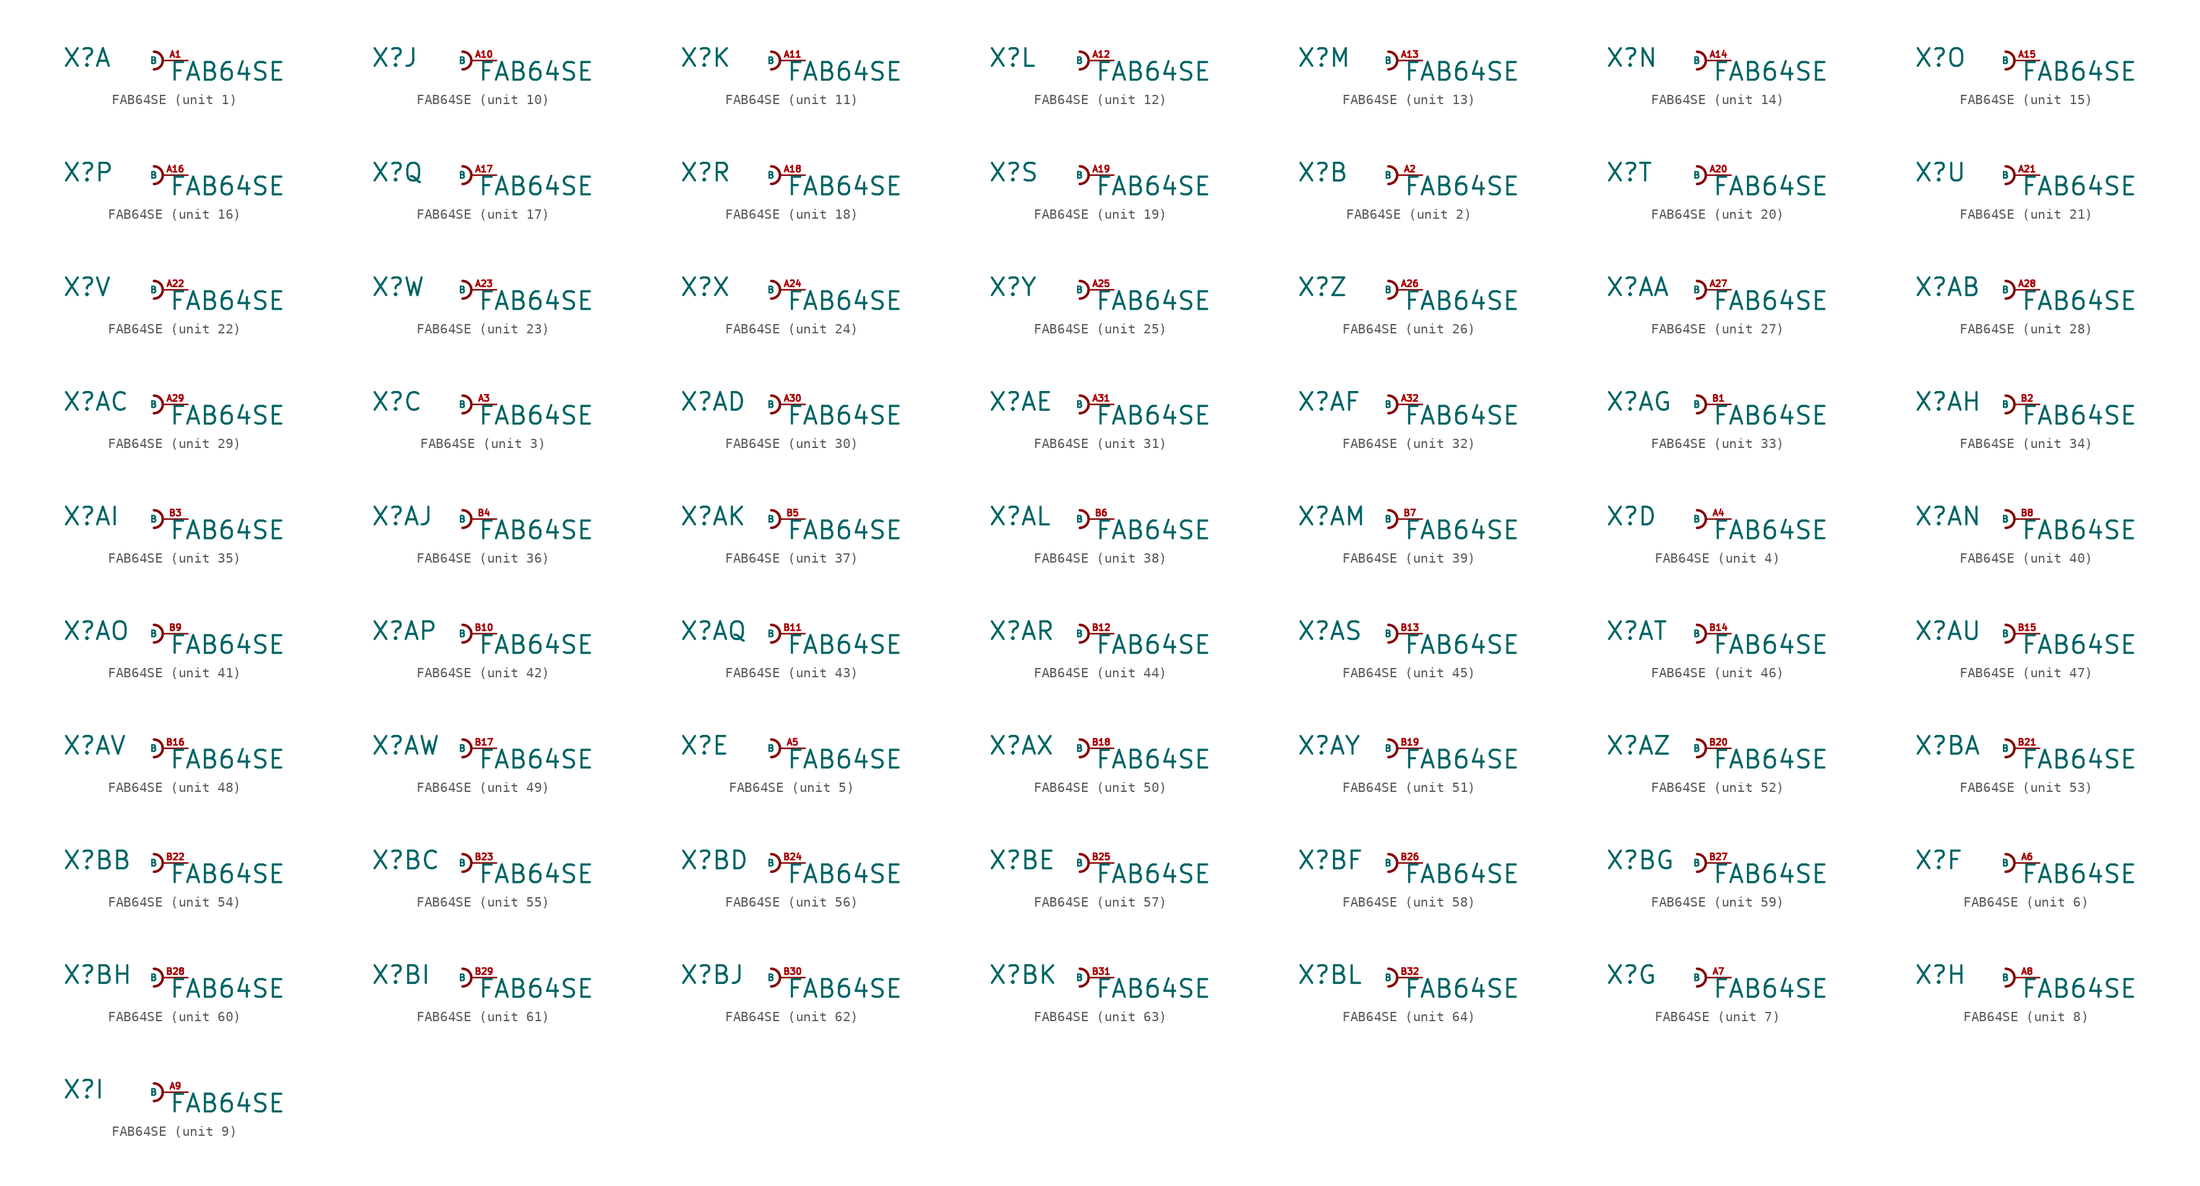
<source format=kicad_sym>
(kicad_symbol_lib
  (version 20220914)
  (generator Eagle2Kicad)
  (symbol "FAB64SE"
    (property "Reference" "X"
      (at -10.16 -0.762 0)
      (effects (font (size 1.778 1.778) (thickness 0.22)) (justify left bottom)))
    (property "Value" "FAB64SE"
      (at 0.635 -2.159 0)
      (effects (font (size 1.778 1.778) (thickness 0.22)) (justify left bottom)))
    (symbol "FAB64SE_1_0"
      (arc (start -0.889 -0.889) (mid 0.000 0.000) (end -0.889 0.889) (stroke (width 0.254) (type default)) (fill (type none)))
      (pin passive line (at 2.54 0 180) (length 2.54) (name "B" (effects (font (size 0.635 0.635) (thickness 0.08)) (justify left bottom))) (number "A1" (effects (font (size 0.635 0.635) (thickness 0.08)) (justify left bottom)))))
    (symbol "FAB64SE_2_0"
      (arc (start -0.889 -0.889) (mid 0.000 0.000) (end -0.889 0.889) (stroke (width 0.254) (type default)) (fill (type none)))
      (pin passive line (at 2.54 0 180) (length 2.54) (name "B" (effects (font (size 0.635 0.635) (thickness 0.08)) (justify left bottom))) (number "A2" (effects (font (size 0.635 0.635) (thickness 0.08)) (justify left bottom)))))
    (symbol "FAB64SE_3_0"
      (arc (start -0.889 -0.889) (mid 0.000 0.000) (end -0.889 0.889) (stroke (width 0.254) (type default)) (fill (type none)))
      (pin passive line (at 2.54 0 180) (length 2.54) (name "B" (effects (font (size 0.635 0.635) (thickness 0.08)) (justify left bottom))) (number "A3" (effects (font (size 0.635 0.635) (thickness 0.08)) (justify left bottom)))))
    (symbol "FAB64SE_4_0"
      (arc (start -0.889 -0.889) (mid 0.000 0.000) (end -0.889 0.889) (stroke (width 0.254) (type default)) (fill (type none)))
      (pin passive line (at 2.54 0 180) (length 2.54) (name "B" (effects (font (size 0.635 0.635) (thickness 0.08)) (justify left bottom))) (number "A4" (effects (font (size 0.635 0.635) (thickness 0.08)) (justify left bottom)))))
    (symbol "FAB64SE_5_0"
      (arc (start -0.889 -0.889) (mid 0.000 0.000) (end -0.889 0.889) (stroke (width 0.254) (type default)) (fill (type none)))
      (pin passive line (at 2.54 0 180) (length 2.54) (name "B" (effects (font (size 0.635 0.635) (thickness 0.08)) (justify left bottom))) (number "A5" (effects (font (size 0.635 0.635) (thickness 0.08)) (justify left bottom)))))
    (symbol "FAB64SE_6_0"
      (arc (start -0.889 -0.889) (mid 0.000 0.000) (end -0.889 0.889) (stroke (width 0.254) (type default)) (fill (type none)))
      (pin passive line (at 2.54 0 180) (length 2.54) (name "B" (effects (font (size 0.635 0.635) (thickness 0.08)) (justify left bottom))) (number "A6" (effects (font (size 0.635 0.635) (thickness 0.08)) (justify left bottom)))))
    (symbol "FAB64SE_7_0"
      (arc (start -0.889 -0.889) (mid 0.000 0.000) (end -0.889 0.889) (stroke (width 0.254) (type default)) (fill (type none)))
      (pin passive line (at 2.54 0 180) (length 2.54) (name "B" (effects (font (size 0.635 0.635) (thickness 0.08)) (justify left bottom))) (number "A7" (effects (font (size 0.635 0.635) (thickness 0.08)) (justify left bottom)))))
    (symbol "FAB64SE_8_0"
      (arc (start -0.889 -0.889) (mid 0.000 0.000) (end -0.889 0.889) (stroke (width 0.254) (type default)) (fill (type none)))
      (pin passive line (at 2.54 0 180) (length 2.54) (name "B" (effects (font (size 0.635 0.635) (thickness 0.08)) (justify left bottom))) (number "A8" (effects (font (size 0.635 0.635) (thickness 0.08)) (justify left bottom)))))
    (symbol "FAB64SE_9_0"
      (arc (start -0.889 -0.889) (mid 0.000 0.000) (end -0.889 0.889) (stroke (width 0.254) (type default)) (fill (type none)))
      (pin passive line (at 2.54 0 180) (length 2.54) (name "B" (effects (font (size 0.635 0.635) (thickness 0.08)) (justify left bottom))) (number "A9" (effects (font (size 0.635 0.635) (thickness 0.08)) (justify left bottom)))))
    (symbol "FAB64SE_10_0"
      (arc (start -0.889 -0.889) (mid 0.000 0.000) (end -0.889 0.889) (stroke (width 0.254) (type default)) (fill (type none)))
      (pin passive line (at 2.54 0 180) (length 2.54) (name "B" (effects (font (size 0.635 0.635) (thickness 0.08)) (justify left bottom))) (number "A10" (effects (font (size 0.635 0.635) (thickness 0.08)) (justify left bottom)))))
    (symbol "FAB64SE_11_0"
      (arc (start -0.889 -0.889) (mid 0.000 0.000) (end -0.889 0.889) (stroke (width 0.254) (type default)) (fill (type none)))
      (pin passive line (at 2.54 0 180) (length 2.54) (name "B" (effects (font (size 0.635 0.635) (thickness 0.08)) (justify left bottom))) (number "A11" (effects (font (size 0.635 0.635) (thickness 0.08)) (justify left bottom)))))
    (symbol "FAB64SE_12_0"
      (arc (start -0.889 -0.889) (mid 0.000 0.000) (end -0.889 0.889) (stroke (width 0.254) (type default)) (fill (type none)))
      (pin passive line (at 2.54 0 180) (length 2.54) (name "B" (effects (font (size 0.635 0.635) (thickness 0.08)) (justify left bottom))) (number "A12" (effects (font (size 0.635 0.635) (thickness 0.08)) (justify left bottom)))))
    (symbol "FAB64SE_13_0"
      (arc (start -0.889 -0.889) (mid 0.000 0.000) (end -0.889 0.889) (stroke (width 0.254) (type default)) (fill (type none)))
      (pin passive line (at 2.54 0 180) (length 2.54) (name "B" (effects (font (size 0.635 0.635) (thickness 0.08)) (justify left bottom))) (number "A13" (effects (font (size 0.635 0.635) (thickness 0.08)) (justify left bottom)))))
    (symbol "FAB64SE_14_0"
      (arc (start -0.889 -0.889) (mid 0.000 0.000) (end -0.889 0.889) (stroke (width 0.254) (type default)) (fill (type none)))
      (pin passive line (at 2.54 0 180) (length 2.54) (name "B" (effects (font (size 0.635 0.635) (thickness 0.08)) (justify left bottom))) (number "A14" (effects (font (size 0.635 0.635) (thickness 0.08)) (justify left bottom)))))
    (symbol "FAB64SE_15_0"
      (arc (start -0.889 -0.889) (mid 0.000 0.000) (end -0.889 0.889) (stroke (width 0.254) (type default)) (fill (type none)))
      (pin passive line (at 2.54 0 180) (length 2.54) (name "B" (effects (font (size 0.635 0.635) (thickness 0.08)) (justify left bottom))) (number "A15" (effects (font (size 0.635 0.635) (thickness 0.08)) (justify left bottom)))))
    (symbol "FAB64SE_16_0"
      (arc (start -0.889 -0.889) (mid 0.000 0.000) (end -0.889 0.889) (stroke (width 0.254) (type default)) (fill (type none)))
      (pin passive line (at 2.54 0 180) (length 2.54) (name "B" (effects (font (size 0.635 0.635) (thickness 0.08)) (justify left bottom))) (number "A16" (effects (font (size 0.635 0.635) (thickness 0.08)) (justify left bottom)))))
    (symbol "FAB64SE_17_0"
      (arc (start -0.889 -0.889) (mid 0.000 0.000) (end -0.889 0.889) (stroke (width 0.254) (type default)) (fill (type none)))
      (pin passive line (at 2.54 0 180) (length 2.54) (name "B" (effects (font (size 0.635 0.635) (thickness 0.08)) (justify left bottom))) (number "A17" (effects (font (size 0.635 0.635) (thickness 0.08)) (justify left bottom)))))
    (symbol "FAB64SE_18_0"
      (arc (start -0.889 -0.889) (mid 0.000 0.000) (end -0.889 0.889) (stroke (width 0.254) (type default)) (fill (type none)))
      (pin passive line (at 2.54 0 180) (length 2.54) (name "B" (effects (font (size 0.635 0.635) (thickness 0.08)) (justify left bottom))) (number "A18" (effects (font (size 0.635 0.635) (thickness 0.08)) (justify left bottom)))))
    (symbol "FAB64SE_19_0"
      (arc (start -0.889 -0.889) (mid 0.000 0.000) (end -0.889 0.889) (stroke (width 0.254) (type default)) (fill (type none)))
      (pin passive line (at 2.54 0 180) (length 2.54) (name "B" (effects (font (size 0.635 0.635) (thickness 0.08)) (justify left bottom))) (number "A19" (effects (font (size 0.635 0.635) (thickness 0.08)) (justify left bottom)))))
    (symbol "FAB64SE_20_0"
      (arc (start -0.889 -0.889) (mid 0.000 0.000) (end -0.889 0.889) (stroke (width 0.254) (type default)) (fill (type none)))
      (pin passive line (at 2.54 0 180) (length 2.54) (name "B" (effects (font (size 0.635 0.635) (thickness 0.08)) (justify left bottom))) (number "A20" (effects (font (size 0.635 0.635) (thickness 0.08)) (justify left bottom)))))
    (symbol "FAB64SE_21_0"
      (arc (start -0.889 -0.889) (mid 0.000 0.000) (end -0.889 0.889) (stroke (width 0.254) (type default)) (fill (type none)))
      (pin passive line (at 2.54 0 180) (length 2.54) (name "B" (effects (font (size 0.635 0.635) (thickness 0.08)) (justify left bottom))) (number "A21" (effects (font (size 0.635 0.635) (thickness 0.08)) (justify left bottom)))))
    (symbol "FAB64SE_22_0"
      (arc (start -0.889 -0.889) (mid 0.000 0.000) (end -0.889 0.889) (stroke (width 0.254) (type default)) (fill (type none)))
      (pin passive line (at 2.54 0 180) (length 2.54) (name "B" (effects (font (size 0.635 0.635) (thickness 0.08)) (justify left bottom))) (number "A22" (effects (font (size 0.635 0.635) (thickness 0.08)) (justify left bottom)))))
    (symbol "FAB64SE_23_0"
      (arc (start -0.889 -0.889) (mid 0.000 0.000) (end -0.889 0.889) (stroke (width 0.254) (type default)) (fill (type none)))
      (pin passive line (at 2.54 0 180) (length 2.54) (name "B" (effects (font (size 0.635 0.635) (thickness 0.08)) (justify left bottom))) (number "A23" (effects (font (size 0.635 0.635) (thickness 0.08)) (justify left bottom)))))
    (symbol "FAB64SE_24_0"
      (arc (start -0.889 -0.889) (mid 0.000 0.000) (end -0.889 0.889) (stroke (width 0.254) (type default)) (fill (type none)))
      (pin passive line (at 2.54 0 180) (length 2.54) (name "B" (effects (font (size 0.635 0.635) (thickness 0.08)) (justify left bottom))) (number "A24" (effects (font (size 0.635 0.635) (thickness 0.08)) (justify left bottom)))))
    (symbol "FAB64SE_25_0"
      (arc (start -0.889 -0.889) (mid 0.000 0.000) (end -0.889 0.889) (stroke (width 0.254) (type default)) (fill (type none)))
      (pin passive line (at 2.54 0 180) (length 2.54) (name "B" (effects (font (size 0.635 0.635) (thickness 0.08)) (justify left bottom))) (number "A25" (effects (font (size 0.635 0.635) (thickness 0.08)) (justify left bottom)))))
    (symbol "FAB64SE_26_0"
      (arc (start -0.889 -0.889) (mid 0.000 0.000) (end -0.889 0.889) (stroke (width 0.254) (type default)) (fill (type none)))
      (pin passive line (at 2.54 0 180) (length 2.54) (name "B" (effects (font (size 0.635 0.635) (thickness 0.08)) (justify left bottom))) (number "A26" (effects (font (size 0.635 0.635) (thickness 0.08)) (justify left bottom)))))
    (symbol "FAB64SE_27_0"
      (arc (start -0.889 -0.889) (mid 0.000 0.000) (end -0.889 0.889) (stroke (width 0.254) (type default)) (fill (type none)))
      (pin passive line (at 2.54 0 180) (length 2.54) (name "B" (effects (font (size 0.635 0.635) (thickness 0.08)) (justify left bottom))) (number "A27" (effects (font (size 0.635 0.635) (thickness 0.08)) (justify left bottom)))))
    (symbol "FAB64SE_28_0"
      (arc (start -0.889 -0.889) (mid 0.000 0.000) (end -0.889 0.889) (stroke (width 0.254) (type default)) (fill (type none)))
      (pin passive line (at 2.54 0 180) (length 2.54) (name "B" (effects (font (size 0.635 0.635) (thickness 0.08)) (justify left bottom))) (number "A28" (effects (font (size 0.635 0.635) (thickness 0.08)) (justify left bottom)))))
    (symbol "FAB64SE_29_0"
      (arc (start -0.889 -0.889) (mid 0.000 0.000) (end -0.889 0.889) (stroke (width 0.254) (type default)) (fill (type none)))
      (pin passive line (at 2.54 0 180) (length 2.54) (name "B" (effects (font (size 0.635 0.635) (thickness 0.08)) (justify left bottom))) (number "A29" (effects (font (size 0.635 0.635) (thickness 0.08)) (justify left bottom)))))
    (symbol "FAB64SE_30_0"
      (arc (start -0.889 -0.889) (mid 0.000 0.000) (end -0.889 0.889) (stroke (width 0.254) (type default)) (fill (type none)))
      (pin passive line (at 2.54 0 180) (length 2.54) (name "B" (effects (font (size 0.635 0.635) (thickness 0.08)) (justify left bottom))) (number "A30" (effects (font (size 0.635 0.635) (thickness 0.08)) (justify left bottom)))))
    (symbol "FAB64SE_31_0"
      (arc (start -0.889 -0.889) (mid 0.000 0.000) (end -0.889 0.889) (stroke (width 0.254) (type default)) (fill (type none)))
      (pin passive line (at 2.54 0 180) (length 2.54) (name "B" (effects (font (size 0.635 0.635) (thickness 0.08)) (justify left bottom))) (number "A31" (effects (font (size 0.635 0.635) (thickness 0.08)) (justify left bottom)))))
    (symbol "FAB64SE_32_0"
      (arc (start -0.889 -0.889) (mid 0.000 0.000) (end -0.889 0.889) (stroke (width 0.254) (type default)) (fill (type none)))
      (pin passive line (at 2.54 0 180) (length 2.54) (name "B" (effects (font (size 0.635 0.635) (thickness 0.08)) (justify left bottom))) (number "A32" (effects (font (size 0.635 0.635) (thickness 0.08)) (justify left bottom)))))
    (symbol "FAB64SE_33_0"
      (arc (start -0.889 -0.889) (mid 0.000 0.000) (end -0.889 0.889) (stroke (width 0.254) (type default)) (fill (type none)))
      (pin passive line (at 2.54 0 180) (length 2.54) (name "B" (effects (font (size 0.635 0.635) (thickness 0.08)) (justify left bottom))) (number "B1" (effects (font (size 0.635 0.635) (thickness 0.08)) (justify left bottom)))))
    (symbol "FAB64SE_34_0"
      (arc (start -0.889 -0.889) (mid 0.000 0.000) (end -0.889 0.889) (stroke (width 0.254) (type default)) (fill (type none)))
      (pin passive line (at 2.54 0 180) (length 2.54) (name "B" (effects (font (size 0.635 0.635) (thickness 0.08)) (justify left bottom))) (number "B2" (effects (font (size 0.635 0.635) (thickness 0.08)) (justify left bottom)))))
    (symbol "FAB64SE_35_0"
      (arc (start -0.889 -0.889) (mid 0.000 0.000) (end -0.889 0.889) (stroke (width 0.254) (type default)) (fill (type none)))
      (pin passive line (at 2.54 0 180) (length 2.54) (name "B" (effects (font (size 0.635 0.635) (thickness 0.08)) (justify left bottom))) (number "B3" (effects (font (size 0.635 0.635) (thickness 0.08)) (justify left bottom)))))
    (symbol "FAB64SE_36_0"
      (arc (start -0.889 -0.889) (mid 0.000 0.000) (end -0.889 0.889) (stroke (width 0.254) (type default)) (fill (type none)))
      (pin passive line (at 2.54 0 180) (length 2.54) (name "B" (effects (font (size 0.635 0.635) (thickness 0.08)) (justify left bottom))) (number "B4" (effects (font (size 0.635 0.635) (thickness 0.08)) (justify left bottom)))))
    (symbol "FAB64SE_37_0"
      (arc (start -0.889 -0.889) (mid 0.000 0.000) (end -0.889 0.889) (stroke (width 0.254) (type default)) (fill (type none)))
      (pin passive line (at 2.54 0 180) (length 2.54) (name "B" (effects (font (size 0.635 0.635) (thickness 0.08)) (justify left bottom))) (number "B5" (effects (font (size 0.635 0.635) (thickness 0.08)) (justify left bottom)))))
    (symbol "FAB64SE_38_0"
      (arc (start -0.889 -0.889) (mid 0.000 0.000) (end -0.889 0.889) (stroke (width 0.254) (type default)) (fill (type none)))
      (pin passive line (at 2.54 0 180) (length 2.54) (name "B" (effects (font (size 0.635 0.635) (thickness 0.08)) (justify left bottom))) (number "B6" (effects (font (size 0.635 0.635) (thickness 0.08)) (justify left bottom)))))
    (symbol "FAB64SE_39_0"
      (arc (start -0.889 -0.889) (mid 0.000 0.000) (end -0.889 0.889) (stroke (width 0.254) (type default)) (fill (type none)))
      (pin passive line (at 2.54 0 180) (length 2.54) (name "B" (effects (font (size 0.635 0.635) (thickness 0.08)) (justify left bottom))) (number "B7" (effects (font (size 0.635 0.635) (thickness 0.08)) (justify left bottom)))))
    (symbol "FAB64SE_40_0"
      (arc (start -0.889 -0.889) (mid 0.000 0.000) (end -0.889 0.889) (stroke (width 0.254) (type default)) (fill (type none)))
      (pin passive line (at 2.54 0 180) (length 2.54) (name "B" (effects (font (size 0.635 0.635) (thickness 0.08)) (justify left bottom))) (number "B8" (effects (font (size 0.635 0.635) (thickness 0.08)) (justify left bottom)))))
    (symbol "FAB64SE_41_0"
      (arc (start -0.889 -0.889) (mid 0.000 0.000) (end -0.889 0.889) (stroke (width 0.254) (type default)) (fill (type none)))
      (pin passive line (at 2.54 0 180) (length 2.54) (name "B" (effects (font (size 0.635 0.635) (thickness 0.08)) (justify left bottom))) (number "B9" (effects (font (size 0.635 0.635) (thickness 0.08)) (justify left bottom)))))
    (symbol "FAB64SE_42_0"
      (arc (start -0.889 -0.889) (mid 0.000 0.000) (end -0.889 0.889) (stroke (width 0.254) (type default)) (fill (type none)))
      (pin passive line (at 2.54 0 180) (length 2.54) (name "B" (effects (font (size 0.635 0.635) (thickness 0.08)) (justify left bottom))) (number "B10" (effects (font (size 0.635 0.635) (thickness 0.08)) (justify left bottom)))))
    (symbol "FAB64SE_43_0"
      (arc (start -0.889 -0.889) (mid 0.000 0.000) (end -0.889 0.889) (stroke (width 0.254) (type default)) (fill (type none)))
      (pin passive line (at 2.54 0 180) (length 2.54) (name "B" (effects (font (size 0.635 0.635) (thickness 0.08)) (justify left bottom))) (number "B11" (effects (font (size 0.635 0.635) (thickness 0.08)) (justify left bottom)))))
    (symbol "FAB64SE_44_0"
      (arc (start -0.889 -0.889) (mid 0.000 0.000) (end -0.889 0.889) (stroke (width 0.254) (type default)) (fill (type none)))
      (pin passive line (at 2.54 0 180) (length 2.54) (name "B" (effects (font (size 0.635 0.635) (thickness 0.08)) (justify left bottom))) (number "B12" (effects (font (size 0.635 0.635) (thickness 0.08)) (justify left bottom)))))
    (symbol "FAB64SE_45_0"
      (arc (start -0.889 -0.889) (mid 0.000 0.000) (end -0.889 0.889) (stroke (width 0.254) (type default)) (fill (type none)))
      (pin passive line (at 2.54 0 180) (length 2.54) (name "B" (effects (font (size 0.635 0.635) (thickness 0.08)) (justify left bottom))) (number "B13" (effects (font (size 0.635 0.635) (thickness 0.08)) (justify left bottom)))))
    (symbol "FAB64SE_46_0"
      (arc (start -0.889 -0.889) (mid 0.000 0.000) (end -0.889 0.889) (stroke (width 0.254) (type default)) (fill (type none)))
      (pin passive line (at 2.54 0 180) (length 2.54) (name "B" (effects (font (size 0.635 0.635) (thickness 0.08)) (justify left bottom))) (number "B14" (effects (font (size 0.635 0.635) (thickness 0.08)) (justify left bottom)))))
    (symbol "FAB64SE_47_0"
      (arc (start -0.889 -0.889) (mid 0.000 0.000) (end -0.889 0.889) (stroke (width 0.254) (type default)) (fill (type none)))
      (pin passive line (at 2.54 0 180) (length 2.54) (name "B" (effects (font (size 0.635 0.635) (thickness 0.08)) (justify left bottom))) (number "B15" (effects (font (size 0.635 0.635) (thickness 0.08)) (justify left bottom)))))
    (symbol "FAB64SE_48_0"
      (arc (start -0.889 -0.889) (mid 0.000 0.000) (end -0.889 0.889) (stroke (width 0.254) (type default)) (fill (type none)))
      (pin passive line (at 2.54 0 180) (length 2.54) (name "B" (effects (font (size 0.635 0.635) (thickness 0.08)) (justify left bottom))) (number "B16" (effects (font (size 0.635 0.635) (thickness 0.08)) (justify left bottom)))))
    (symbol "FAB64SE_49_0"
      (arc (start -0.889 -0.889) (mid 0.000 0.000) (end -0.889 0.889) (stroke (width 0.254) (type default)) (fill (type none)))
      (pin passive line (at 2.54 0 180) (length 2.54) (name "B" (effects (font (size 0.635 0.635) (thickness 0.08)) (justify left bottom))) (number "B17" (effects (font (size 0.635 0.635) (thickness 0.08)) (justify left bottom)))))
    (symbol "FAB64SE_50_0"
      (arc (start -0.889 -0.889) (mid 0.000 0.000) (end -0.889 0.889) (stroke (width 0.254) (type default)) (fill (type none)))
      (pin passive line (at 2.54 0 180) (length 2.54) (name "B" (effects (font (size 0.635 0.635) (thickness 0.08)) (justify left bottom))) (number "B18" (effects (font (size 0.635 0.635) (thickness 0.08)) (justify left bottom)))))
    (symbol "FAB64SE_51_0"
      (arc (start -0.889 -0.889) (mid 0.000 0.000) (end -0.889 0.889) (stroke (width 0.254) (type default)) (fill (type none)))
      (pin passive line (at 2.54 0 180) (length 2.54) (name "B" (effects (font (size 0.635 0.635) (thickness 0.08)) (justify left bottom))) (number "B19" (effects (font (size 0.635 0.635) (thickness 0.08)) (justify left bottom)))))
    (symbol "FAB64SE_52_0"
      (arc (start -0.889 -0.889) (mid 0.000 0.000) (end -0.889 0.889) (stroke (width 0.254) (type default)) (fill (type none)))
      (pin passive line (at 2.54 0 180) (length 2.54) (name "B" (effects (font (size 0.635 0.635) (thickness 0.08)) (justify left bottom))) (number "B20" (effects (font (size 0.635 0.635) (thickness 0.08)) (justify left bottom)))))
    (symbol "FAB64SE_53_0"
      (arc (start -0.889 -0.889) (mid 0.000 0.000) (end -0.889 0.889) (stroke (width 0.254) (type default)) (fill (type none)))
      (pin passive line (at 2.54 0 180) (length 2.54) (name "B" (effects (font (size 0.635 0.635) (thickness 0.08)) (justify left bottom))) (number "B21" (effects (font (size 0.635 0.635) (thickness 0.08)) (justify left bottom)))))
    (symbol "FAB64SE_54_0"
      (arc (start -0.889 -0.889) (mid 0.000 0.000) (end -0.889 0.889) (stroke (width 0.254) (type default)) (fill (type none)))
      (pin passive line (at 2.54 0 180) (length 2.54) (name "B" (effects (font (size 0.635 0.635) (thickness 0.08)) (justify left bottom))) (number "B22" (effects (font (size 0.635 0.635) (thickness 0.08)) (justify left bottom)))))
    (symbol "FAB64SE_55_0"
      (arc (start -0.889 -0.889) (mid 0.000 0.000) (end -0.889 0.889) (stroke (width 0.254) (type default)) (fill (type none)))
      (pin passive line (at 2.54 0 180) (length 2.54) (name "B" (effects (font (size 0.635 0.635) (thickness 0.08)) (justify left bottom))) (number "B23" (effects (font (size 0.635 0.635) (thickness 0.08)) (justify left bottom)))))
    (symbol "FAB64SE_56_0"
      (arc (start -0.889 -0.889) (mid 0.000 0.000) (end -0.889 0.889) (stroke (width 0.254) (type default)) (fill (type none)))
      (pin passive line (at 2.54 0 180) (length 2.54) (name "B" (effects (font (size 0.635 0.635) (thickness 0.08)) (justify left bottom))) (number "B24" (effects (font (size 0.635 0.635) (thickness 0.08)) (justify left bottom)))))
    (symbol "FAB64SE_57_0"
      (arc (start -0.889 -0.889) (mid 0.000 0.000) (end -0.889 0.889) (stroke (width 0.254) (type default)) (fill (type none)))
      (pin passive line (at 2.54 0 180) (length 2.54) (name "B" (effects (font (size 0.635 0.635) (thickness 0.08)) (justify left bottom))) (number "B25" (effects (font (size 0.635 0.635) (thickness 0.08)) (justify left bottom)))))
    (symbol "FAB64SE_58_0"
      (arc (start -0.889 -0.889) (mid 0.000 0.000) (end -0.889 0.889) (stroke (width 0.254) (type default)) (fill (type none)))
      (pin passive line (at 2.54 0 180) (length 2.54) (name "B" (effects (font (size 0.635 0.635) (thickness 0.08)) (justify left bottom))) (number "B26" (effects (font (size 0.635 0.635) (thickness 0.08)) (justify left bottom)))))
    (symbol "FAB64SE_59_0"
      (arc (start -0.889 -0.889) (mid 0.000 0.000) (end -0.889 0.889) (stroke (width 0.254) (type default)) (fill (type none)))
      (pin passive line (at 2.54 0 180) (length 2.54) (name "B" (effects (font (size 0.635 0.635) (thickness 0.08)) (justify left bottom))) (number "B27" (effects (font (size 0.635 0.635) (thickness 0.08)) (justify left bottom)))))
    (symbol "FAB64SE_60_0"
      (arc (start -0.889 -0.889) (mid 0.000 0.000) (end -0.889 0.889) (stroke (width 0.254) (type default)) (fill (type none)))
      (pin passive line (at 2.54 0 180) (length 2.54) (name "B" (effects (font (size 0.635 0.635) (thickness 0.08)) (justify left bottom))) (number "B28" (effects (font (size 0.635 0.635) (thickness 0.08)) (justify left bottom)))))
    (symbol "FAB64SE_61_0"
      (arc (start -0.889 -0.889) (mid 0.000 0.000) (end -0.889 0.889) (stroke (width 0.254) (type default)) (fill (type none)))
      (pin passive line (at 2.54 0 180) (length 2.54) (name "B" (effects (font (size 0.635 0.635) (thickness 0.08)) (justify left bottom))) (number "B29" (effects (font (size 0.635 0.635) (thickness 0.08)) (justify left bottom)))))
    (symbol "FAB64SE_62_0"
      (arc (start -0.889 -0.889) (mid 0.000 0.000) (end -0.889 0.889) (stroke (width 0.254) (type default)) (fill (type none)))
      (pin passive line (at 2.54 0 180) (length 2.54) (name "B" (effects (font (size 0.635 0.635) (thickness 0.08)) (justify left bottom))) (number "B30" (effects (font (size 0.635 0.635) (thickness 0.08)) (justify left bottom)))))
    (symbol "FAB64SE_63_0"
      (arc (start -0.889 -0.889) (mid 0.000 0.000) (end -0.889 0.889) (stroke (width 0.254) (type default)) (fill (type none)))
      (pin passive line (at 2.54 0 180) (length 2.54) (name "B" (effects (font (size 0.635 0.635) (thickness 0.08)) (justify left bottom))) (number "B31" (effects (font (size 0.635 0.635) (thickness 0.08)) (justify left bottom)))))
    (symbol "FAB64SE_64_0"
      (arc (start -0.889 -0.889) (mid 0.000 0.000) (end -0.889 0.889) (stroke (width 0.254) (type default)) (fill (type none)))
      (pin passive line (at 2.54 0 180) (length 2.54) (name "B" (effects (font (size 0.635 0.635) (thickness 0.08)) (justify left bottom))) (number "B32" (effects (font (size 0.635 0.635) (thickness 0.08)) (justify left bottom)))))))
</source>
